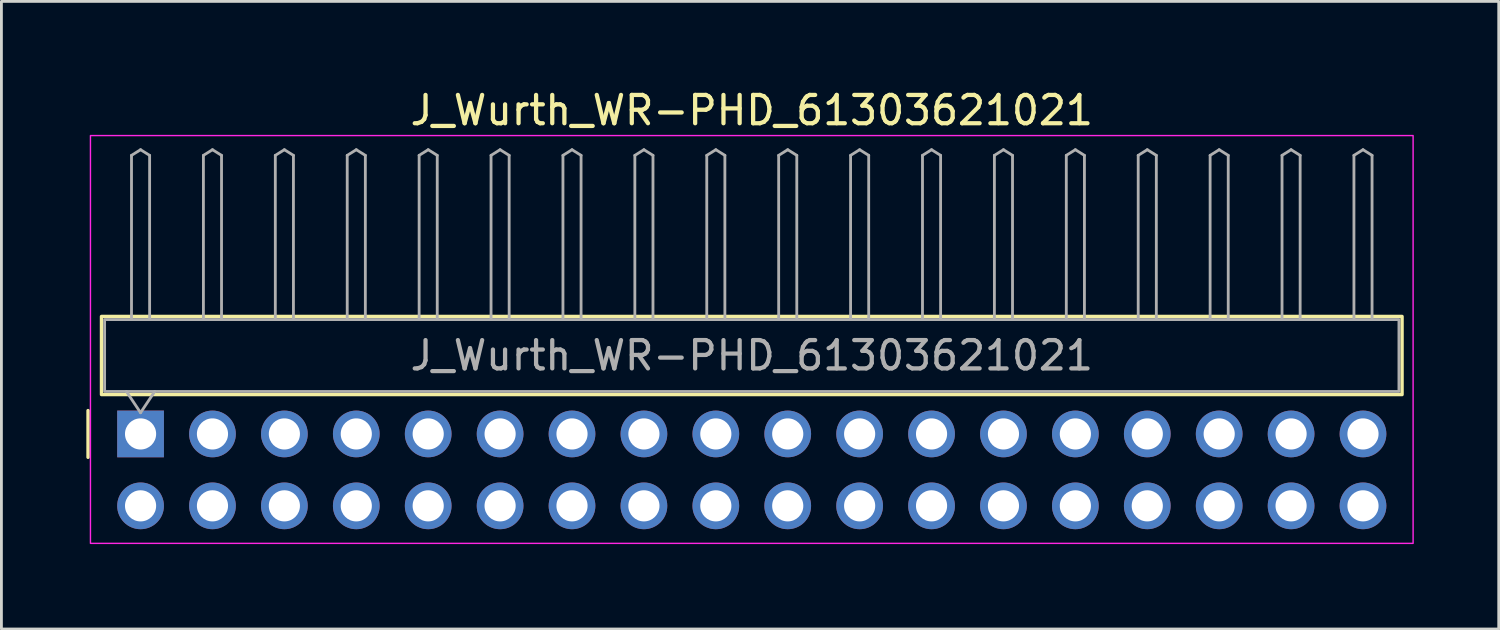
<source format=kicad_pcb>
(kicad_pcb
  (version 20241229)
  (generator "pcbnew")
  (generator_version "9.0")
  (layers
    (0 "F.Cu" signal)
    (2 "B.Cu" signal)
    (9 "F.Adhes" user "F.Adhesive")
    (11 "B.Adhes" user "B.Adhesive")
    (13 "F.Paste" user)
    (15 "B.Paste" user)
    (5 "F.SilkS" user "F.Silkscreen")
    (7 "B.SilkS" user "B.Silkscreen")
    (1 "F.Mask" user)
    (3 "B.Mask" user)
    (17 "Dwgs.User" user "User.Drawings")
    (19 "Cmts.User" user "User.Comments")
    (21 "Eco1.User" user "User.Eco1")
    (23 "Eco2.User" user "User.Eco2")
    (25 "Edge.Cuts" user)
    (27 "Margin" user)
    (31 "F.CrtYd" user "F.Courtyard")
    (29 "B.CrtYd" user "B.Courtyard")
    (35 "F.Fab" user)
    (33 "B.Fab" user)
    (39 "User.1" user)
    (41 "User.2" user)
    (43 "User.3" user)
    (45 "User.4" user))
  (footprint "J_Wurth_WR-PHD_61303621021"
    (layer "F.Cu")
    (at 1.915 12.278)
    (property "Reference" "J_Wurth_WR-PHD_61303621021" (at 21.59 -11.43 0) (unlocked yes) (layer "F.SilkS") (effects (font (size 1 1) (thickness 0.15))))
    (attr through_hole)
    (fp_line (start -1.855 -0.825) (end -1.855 0.825) (stroke (width 0.12) (type solid)) (layer "F.SilkS"))
    (fp_rect (start -1.38 -4.15) (end 44.56 -1.39) (stroke (width 0.12) (type solid)) (fill no) (layer "F.SilkS"))
    (fp_rect (start -1.77 -10.54) (end 44.95 3.865) (stroke (width 0.05) (type solid)) (fill no) (layer "F.CrtYd"))
    (fp_line (start -0.32 -9.84) (end -0.32 -4.04) (stroke (width 0.1) (type solid)) (layer "F.Fab"))
    (fp_line (start 0 -10.04) (end -0.32 -9.84) (stroke (width 0.1) (type solid)) (layer "F.Fab"))
    (fp_line (start 0 -0.75) (end -0.5 -1.5) (stroke (width 0.1) (type solid)) (layer "F.Fab"))
    (fp_line (start 0 -0.75) (end 0.5 -1.5) (stroke (width 0.1) (type solid)) (layer "F.Fab"))
    (fp_line (start 0.32 -9.84) (end 0 -10.04) (stroke (width 0.1) (type default)) (layer "F.Fab"))
    (fp_line (start 0.32 -4.04) (end 0.32 -9.84) (stroke (width 0.1) (type solid)) (layer "F.Fab"))
    (fp_line (start 2.22 -9.84) (end 2.22 -4.04) (stroke (width 0.1) (type solid)) (layer "F.Fab"))
    (fp_line (start 2.54 -10.04) (end 2.22 -9.84) (stroke (width 0.1) (type solid)) (layer "F.Fab"))
    (fp_line (start 2.86 -9.84) (end 2.54 -10.04) (stroke (width 0.1) (type default)) (layer "F.Fab"))
    (fp_line (start 2.86 -4.04) (end 2.86 -9.84) (stroke (width 0.1) (type solid)) (layer "F.Fab"))
    (fp_line (start 4.76 -9.84) (end 4.76 -4.04) (stroke (width 0.1) (type solid)) (layer "F.Fab"))
    (fp_line (start 5.08 -10.04) (end 4.76 -9.84) (stroke (width 0.1) (type solid)) (layer "F.Fab"))
    (fp_line (start 5.4 -9.84) (end 5.08 -10.04) (stroke (width 0.1) (type default)) (layer "F.Fab"))
    (fp_line (start 5.4 -4.04) (end 5.4 -9.84) (stroke (width 0.1) (type solid)) (layer "F.Fab"))
    (fp_line (start 7.3 -9.84) (end 7.3 -4.04) (stroke (width 0.1) (type solid)) (layer "F.Fab"))
    (fp_line (start 7.62 -10.04) (end 7.3 -9.84) (stroke (width 0.1) (type solid)) (layer "F.Fab"))
    (fp_line (start 7.94 -9.84) (end 7.62 -10.04) (stroke (width 0.1) (type default)) (layer "F.Fab"))
    (fp_line (start 7.94 -4.04) (end 7.94 -9.84) (stroke (width 0.1) (type solid)) (layer "F.Fab"))
    (fp_line (start 9.84 -9.84) (end 9.84 -4.04) (stroke (width 0.1) (type solid)) (layer "F.Fab"))
    (fp_line (start 10.16 -10.04) (end 9.84 -9.84) (stroke (width 0.1) (type solid)) (layer "F.Fab"))
    (fp_line (start 10.48 -9.84) (end 10.16 -10.04) (stroke (width 0.1) (type solid)) (layer "F.Fab"))
    (fp_line (start 10.48 -4.04) (end 10.48 -9.84) (stroke (width 0.1) (type solid)) (layer "F.Fab"))
    (fp_line (start 12.38 -9.84) (end 12.38 -4.04) (stroke (width 0.1) (type solid)) (layer "F.Fab"))
    (fp_line (start 12.7 -10.04) (end 12.38 -9.84) (stroke (width 0.1) (type solid)) (layer "F.Fab"))
    (fp_line (start 13.02 -9.84) (end 12.7 -10.04) (stroke (width 0.1) (type solid)) (layer "F.Fab"))
    (fp_line (start 13.02 -4.04) (end 13.02 -9.84) (stroke (width 0.1) (type solid)) (layer "F.Fab"))
    (fp_line (start 14.92 -9.84) (end 14.92 -4.04) (stroke (width 0.1) (type solid)) (layer "F.Fab"))
    (fp_line (start 15.24 -10.04) (end 14.92 -9.84) (stroke (width 0.1) (type solid)) (layer "F.Fab"))
    (fp_line (start 15.56 -9.84) (end 15.24 -10.04) (stroke (width 0.1) (type solid)) (layer "F.Fab"))
    (fp_line (start 15.56 -4.04) (end 15.56 -9.84) (stroke (width 0.1) (type solid)) (layer "F.Fab"))
    (fp_line (start 17.46 -9.84) (end 17.46 -4.04) (stroke (width 0.1) (type solid)) (layer "F.Fab"))
    (fp_line (start 17.78 -10.04) (end 17.46 -9.84) (stroke (width 0.1) (type solid)) (layer "F.Fab"))
    (fp_line (start 17.78 -10.04) (end 18.1 -9.84) (stroke (width 0.1) (type solid)) (layer "F.Fab"))
    (fp_line (start 18.1 -4.04) (end 18.1 -9.84) (stroke (width 0.1) (type solid)) (layer "F.Fab"))
    (fp_line (start 20 -9.84) (end 20 -4.04) (stroke (width 0.1) (type solid)) (layer "F.Fab"))
    (fp_line (start 20.32 -10.04) (end 20 -9.84) (stroke (width 0.1) (type solid)) (layer "F.Fab"))
    (fp_line (start 20.32 -10.04) (end 20.64 -9.84) (stroke (width 0.1) (type solid)) (layer "F.Fab"))
    (fp_line (start 20.64 -4.04) (end 20.64 -9.84) (stroke (width 0.1) (type solid)) (layer "F.Fab"))
    (fp_line (start 22.54 -9.84) (end 22.54 -4.04) (stroke (width 0.1) (type solid)) (layer "F.Fab"))
    (fp_line (start 22.86 -10.04) (end 22.54 -9.84) (stroke (width 0.1) (type solid)) (layer "F.Fab"))
    (fp_line (start 22.86 -10.04) (end 23.18 -9.84) (stroke (width 0.1) (type solid)) (layer "F.Fab"))
    (fp_line (start 23.18 -4.04) (end 23.18 -9.84) (stroke (width 0.1) (type solid)) (layer "F.Fab"))
    (fp_line (start 25.08 -9.84) (end 25.08 -4.04) (stroke (width 0.1) (type solid)) (layer "F.Fab"))
    (fp_line (start 25.4 -10.04) (end 25.08 -9.84) (stroke (width 0.1) (type solid)) (layer "F.Fab"))
    (fp_line (start 25.4 -10.04) (end 25.72 -9.84) (stroke (width 0.1) (type solid)) (layer "F.Fab"))
    (fp_line (start 25.72 -4.04) (end 25.72 -9.84) (stroke (width 0.1) (type solid)) (layer "F.Fab"))
    (fp_line (start 27.62 -9.84) (end 27.62 -4.04) (stroke (width 0.1) (type solid)) (layer "F.Fab"))
    (fp_line (start 27.94 -10.04) (end 27.62 -9.84) (stroke (width 0.1) (type solid)) (layer "F.Fab"))
    (fp_line (start 27.94 -10.04) (end 28.26 -9.84) (stroke (width 0.1) (type solid)) (layer "F.Fab"))
    (fp_line (start 28.26 -4.04) (end 28.26 -9.84) (stroke (width 0.1) (type solid)) (layer "F.Fab"))
    (fp_line (start 30.16 -9.84) (end 30.16 -4.04) (stroke (width 0.1) (type solid)) (layer "F.Fab"))
    (fp_line (start 30.48 -10.04) (end 30.16 -9.84) (stroke (width 0.1) (type solid)) (layer "F.Fab"))
    (fp_line (start 30.48 -10.04) (end 30.8 -9.84) (stroke (width 0.1) (type solid)) (layer "F.Fab"))
    (fp_line (start 30.8 -4.04) (end 30.8 -9.84) (stroke (width 0.1) (type solid)) (layer "F.Fab"))
    (fp_line (start 32.7 -9.84) (end 32.7 -4.04) (stroke (width 0.1) (type solid)) (layer "F.Fab"))
    (fp_line (start 33.02 -10.04) (end 32.7 -9.84) (stroke (width 0.1) (type solid)) (layer "F.Fab"))
    (fp_line (start 33.02 -10.04) (end 33.34 -9.84) (stroke (width 0.1) (type solid)) (layer "F.Fab"))
    (fp_line (start 33.34 -4.04) (end 33.34 -9.84) (stroke (width 0.1) (type solid)) (layer "F.Fab"))
    (fp_line (start 35.24 -9.84) (end 35.24 -4.04) (stroke (width 0.1) (type solid)) (layer "F.Fab"))
    (fp_line (start 35.56 -10.04) (end 35.24 -9.84) (stroke (width 0.1) (type solid)) (layer "F.Fab"))
    (fp_line (start 35.56 -10.04) (end 35.88 -9.84) (stroke (width 0.1) (type solid)) (layer "F.Fab"))
    (fp_line (start 35.88 -4.04) (end 35.88 -9.84) (stroke (width 0.1) (type solid)) (layer "F.Fab"))
    (fp_line (start 37.78 -9.84) (end 37.78 -4.04) (stroke (width 0.1) (type solid)) (layer "F.Fab"))
    (fp_line (start 38.1 -10.04) (end 37.78 -9.84) (stroke (width 0.1) (type solid)) (layer "F.Fab"))
    (fp_line (start 38.1 -10.04) (end 38.42 -9.84) (stroke (width 0.1) (type solid)) (layer "F.Fab"))
    (fp_line (start 38.42 -4.04) (end 38.42 -9.84) (stroke (width 0.1) (type solid)) (layer "F.Fab"))
    (fp_line (start 40.32 -9.84) (end 40.32 -4.04) (stroke (width 0.1) (type solid)) (layer "F.Fab"))
    (fp_line (start 40.64 -10.04) (end 40.32 -9.84) (stroke (width 0.1) (type solid)) (layer "F.Fab"))
    (fp_line (start 40.64 -10.04) (end 40.96 -9.84) (stroke (width 0.1) (type solid)) (layer "F.Fab"))
    (fp_line (start 40.96 -4.04) (end 40.96 -9.84) (stroke (width 0.1) (type solid)) (layer "F.Fab"))
    (fp_line (start 42.86 -9.84) (end 42.86 -4.04) (stroke (width 0.1) (type solid)) (layer "F.Fab"))
    (fp_line (start 43.18 -10.04) (end 42.86 -9.84) (stroke (width 0.1) (type solid)) (layer "F.Fab"))
    (fp_line (start 43.18 -10.04) (end 43.5 -9.84) (stroke (width 0.1) (type solid)) (layer "F.Fab"))
    (fp_line (start 43.5 -4.04) (end 43.5 -9.84) (stroke (width 0.1) (type solid)) (layer "F.Fab"))
    (fp_rect (start -1.27 -4.04) (end 44.45 -1.5) (stroke (width 0.1) (type solid)) (fill no) (layer "F.Fab"))
    (fp_text user "${REFERENCE}" (at 21.59 -2.77 0) (unlocked yes) (layer "F.Fab") (effects (font (size 1 1) (thickness 0.15))))
    (pad "1" thru_hole rect (at 0 0 180) (size 1.65 1.65) (drill 1.1) (layers "*.Cu" "*.Mask"))
    (pad "2" thru_hole circle (at 0 2.54 180) (size 1.65 1.65) (drill 1.1) (layers "*.Cu" "*.Mask"))
    (pad "3" thru_hole circle (at 2.54 0 180) (size 1.65 1.65) (drill 1.1) (layers "*.Cu" "*.Mask"))
    (pad "4" thru_hole circle (at 2.54 2.54 180) (size 1.65 1.65) (drill 1.1) (layers "*.Cu" "*.Mask"))
    (pad "5" thru_hole circle (at 5.08 0 180) (size 1.65 1.65) (drill 1.1) (layers "*.Cu" "*.Mask"))
    (pad "6" thru_hole circle (at 5.08 2.54 180) (size 1.65 1.65) (drill 1.1) (layers "*.Cu" "*.Mask"))
    (pad "7" thru_hole circle (at 7.62 0 180) (size 1.65 1.65) (drill 1.1) (layers "*.Cu" "*.Mask"))
    (pad "8" thru_hole circle (at 7.62 2.54 180) (size 1.65 1.65) (drill 1.1) (layers "*.Cu" "*.Mask"))
    (pad "9" thru_hole circle (at 10.16 0 180) (size 1.65 1.65) (drill 1.1) (layers "*.Cu" "*.Mask"))
    (pad "10" thru_hole circle (at 10.16 2.54 180) (size 1.65 1.65) (drill 1.1) (layers "*.Cu" "*.Mask"))
    (pad "11" thru_hole circle (at 12.7 0 180) (size 1.65 1.65) (drill 1.1) (layers "*.Cu" "*.Mask"))
    (pad "12" thru_hole circle (at 12.7 2.54 180) (size 1.65 1.65) (drill 1.1) (layers "*.Cu" "*.Mask"))
    (pad "13" thru_hole circle (at 15.24 0 180) (size 1.65 1.65) (drill 1.1) (layers "*.Cu" "*.Mask"))
    (pad "14" thru_hole circle (at 15.24 2.54 180) (size 1.65 1.65) (drill 1.1) (layers "*.Cu" "*.Mask"))
    (pad "15" thru_hole circle (at 17.78 0 180) (size 1.65 1.65) (drill 1.1) (layers "*.Cu" "*.Mask"))
    (pad "16" thru_hole circle (at 17.78 2.54 180) (size 1.65 1.65) (drill 1.1) (layers "*.Cu" "*.Mask"))
    (pad "17" thru_hole circle (at 20.32 0 180) (size 1.65 1.65) (drill 1.1) (layers "*.Cu" "*.Mask"))
    (pad "18" thru_hole circle (at 20.32 2.54 180) (size 1.65 1.65) (drill 1.1) (layers "*.Cu" "*.Mask"))
    (pad "19" thru_hole circle (at 22.86 0 180) (size 1.65 1.65) (drill 1.1) (layers "*.Cu" "*.Mask"))
    (pad "20" thru_hole circle (at 22.86 2.54 180) (size 1.65 1.65) (drill 1.1) (layers "*.Cu" "*.Mask"))
    (pad "21" thru_hole circle (at 25.4 0 180) (size 1.65 1.65) (drill 1.1) (layers "*.Cu" "*.Mask"))
    (pad "22" thru_hole circle (at 25.4 2.54 180) (size 1.65 1.65) (drill 1.1) (layers "*.Cu" "*.Mask"))
    (pad "23" thru_hole circle (at 27.94 0 180) (size 1.65 1.65) (drill 1.1) (layers "*.Cu" "*.Mask"))
    (pad "24" thru_hole circle (at 27.94 2.54 180) (size 1.65 1.65) (drill 1.1) (layers "*.Cu" "*.Mask"))
    (pad "25" thru_hole circle (at 30.48 0 180) (size 1.65 1.65) (drill 1.1) (layers "*.Cu" "*.Mask"))
    (pad "26" thru_hole circle (at 30.48 2.54 180) (size 1.65 1.65) (drill 1.1) (layers "*.Cu" "*.Mask"))
    (pad "27" thru_hole circle (at 33.02 0 180) (size 1.65 1.65) (drill 1.1) (layers "*.Cu" "*.Mask"))
    (pad "28" thru_hole circle (at 33.02 2.54 180) (size 1.65 1.65) (drill 1.1) (layers "*.Cu" "*.Mask"))
    (pad "29" thru_hole circle (at 35.56 0 180) (size 1.65 1.65) (drill 1.1) (layers "*.Cu" "*.Mask"))
    (pad "30" thru_hole circle (at 35.56 2.54 180) (size 1.65 1.65) (drill 1.1) (layers "*.Cu" "*.Mask"))
    (pad "31" thru_hole circle (at 38.1 0 180) (size 1.65 1.65) (drill 1.1) (layers "*.Cu" "*.Mask"))
    (pad "32" thru_hole circle (at 38.1 2.54 180) (size 1.65 1.65) (drill 1.1) (layers "*.Cu" "*.Mask"))
    (pad "33" thru_hole circle (at 40.64 0 180) (size 1.65 1.65) (drill 1.1) (layers "*.Cu" "*.Mask"))
    (pad "34" thru_hole circle (at 40.64 2.54 180) (size 1.65 1.65) (drill 1.1) (layers "*.Cu" "*.Mask"))
    (pad "35" thru_hole circle (at 43.18 0 180) (size 1.65 1.65) (drill 1.1) (layers "*.Cu" "*.Mask"))
    (pad "36" thru_hole circle (at 43.18 2.54 180) (size 1.65 1.65) (drill 1.1) (layers "*.Cu" "*.Mask")))
  (gr_rect
    (start -3 -3)
    (end 49.89 19.168)
    (stroke (width 0.1) (type default))
    (fill no)
    (layer "Edge.Cuts")))
</source>
